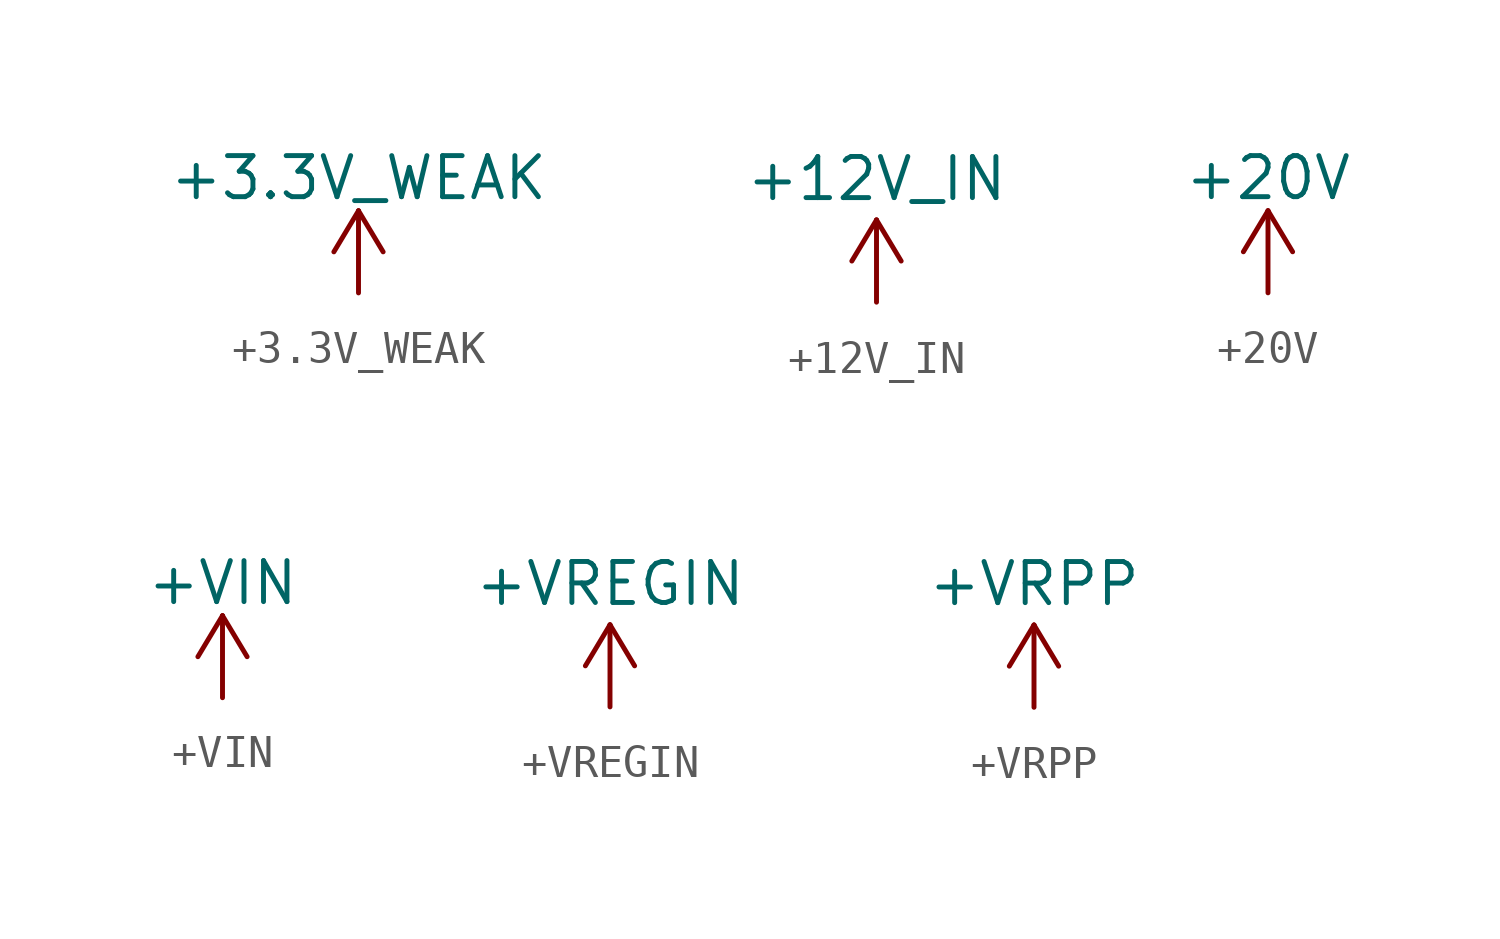
<source format=kicad_sym>
(kicad_symbol_lib
  (version 20211014)
  (generator kicad_symbol_editor)
  (symbol "+3.3V_WEAK"
    (power)
    (pin_names
      (offset 0))
    (property "Reference" "#PWR"
      (at 0 -3.81 0)
      (effects (font (size 1.27 1.27)) hide))
    (property "Value" "+3.3V_WEAK"
      (at 0 3.556 0)
      (effects (font (size 1.27 1.27))))
    (symbol "+3.3V_WEAK_0_1"
      (polyline (pts (xy -0.762 1.27) (xy 0 2.54)) (stroke (width 0) (type default) (color 0 0 0 0)) (fill (type none)))
      (polyline (pts (xy 0 0) (xy 0 2.54)) (stroke (width 0) (type default) (color 0 0 0 0)) (fill (type none)))
      (polyline (pts (xy 0 2.54) (xy 0.762 1.27)) (stroke (width 0) (type default) (color 0 0 0 0)) (fill (type none))))
    (symbol "+3.3V_WEAK_1_1"
      (pin power_in line (at 0 0 90) (length 0) hide (name "+3.3V_WEAK" (effects (font (size 1.27 1.27)))) (number "1" (effects (font (size 1.27 1.27)))))))
  (symbol "+12V_IN"
    (power)
    (pin_names
      (offset 0))
    (property "Reference" "#PWR"
      (at 0 -3.81 0)
      (effects (font (size 1.27 1.27)) hide))
    (property "Value" "+12V_IN"
      (at 0 3.81 0)
      (effects (font (size 1.27 1.27))))
    (symbol "+12V_IN_0_1"
      (polyline (pts (xy -0.762 1.27) (xy 0 2.54)) (stroke (width 0) (type default) (color 0 0 0 0)) (fill (type none)))
      (polyline (pts (xy 0 0) (xy 0 2.54)) (stroke (width 0) (type default) (color 0 0 0 0)) (fill (type none)))
      (polyline (pts (xy 0 2.54) (xy 0.762 1.27)) (stroke (width 0) (type default) (color 0 0 0 0)) (fill (type none))))
    (symbol "+12V_IN_1_1"
      (pin power_out line (at 0 0 90) (length 0) hide (name "+12V_IN" (effects (font (size 1.27 1.27)))) (number "1" (effects (font (size 1.27 1.27)))))))
  (symbol "+20V"
    (power)
    (pin_names
      (offset 0))
    (property "Reference" "#PWR"
      (at 0 -3.81 0)
      (effects (font (size 1.27 1.27)) hide))
    (property "Value" "+20V"
      (at 0 3.556 0)
      (effects (font (size 1.27 1.27))))
    (symbol "+20V_0_1"
      (polyline (pts (xy -0.762 1.27) (xy 0 2.54)) (stroke (width 0) (type default) (color 0 0 0 0)) (fill (type none)))
      (polyline (pts (xy 0 0) (xy 0 2.54)) (stroke (width 0) (type default) (color 0 0 0 0)) (fill (type none)))
      (polyline (pts (xy 0 2.54) (xy 0.762 1.27)) (stroke (width 0) (type default) (color 0 0 0 0)) (fill (type none))))
    (symbol "+20V_1_1"
      (pin power_in line (at 0 0 90) (length 0) hide (name "+20V" (effects (font (size 1.27 1.27)))) (number "1" (effects (font (size 1.27 1.27)))))))
  (symbol "+VIN"
    (power)
    (pin_names
      (offset 0))
    (property "Reference" "#PWR"
      (at 0 -3.81 0)
      (effects (font (size 1.27 1.27)) hide))
    (property "Value" "+VIN"
      (at 0 3.556 0)
      (effects (font (size 1.27 1.27))))
    (symbol "+VIN_0_1"
      (polyline (pts (xy -0.762 1.27) (xy 0 2.54)) (stroke (width 0) (type default) (color 0 0 0 0)) (fill (type none)))
      (polyline (pts (xy 0 0) (xy 0 2.54)) (stroke (width 0) (type default) (color 0 0 0 0)) (fill (type none)))
      (polyline (pts (xy 0 2.54) (xy 0.762 1.27)) (stroke (width 0) (type default) (color 0 0 0 0)) (fill (type none))))
    (symbol "+VIN_1_1"
      (pin power_in line (at 0 0 90) (length 0) hide (name "+VIN" (effects (font (size 1.27 1.27)))) (number "1" (effects (font (size 1.27 1.27)))))))
  (symbol "+VREGIN"
    (power)
    (pin_names
      (offset 0))
    (property "Reference" "#PWR"
      (at 0 -3.81 0)
      (effects (font (size 1.27 1.27)) hide))
    (property "Value" "+VREGIN"
      (at 0 3.81 0)
      (effects (font (size 1.27 1.27))))
    (symbol "+VREGIN_0_1"
      (polyline (pts (xy -0.762 1.27) (xy 0 2.54)) (stroke (width 0) (type default) (color 0 0 0 0)) (fill (type none)))
      (polyline (pts (xy 0 0) (xy 0 2.54)) (stroke (width 0) (type default) (color 0 0 0 0)) (fill (type none)))
      (polyline (pts (xy 0 2.54) (xy 0.762 1.27)) (stroke (width 0) (type default) (color 0 0 0 0)) (fill (type none))))
    (symbol "+VREGIN_1_1"
      (pin power_in line (at 0 0 90) (length 0) hide (name "+VREGIN" (effects (font (size 1.27 1.27)))) (number "1" (effects (font (size 1.27 1.27)))))))
  (symbol "+VRPP"
    (power)
    (pin_names
      (offset 0))
    (property "Reference" "#PWR"
      (at 0 -3.81 0)
      (effects (font (size 1.27 1.27)) hide))
    (property "Value" "+VRPP"
      (at 0 3.81 0)
      (effects (font (size 1.27 1.27))))
    (symbol "+VRPP_0_1"
      (polyline (pts (xy -0.762 1.27) (xy 0 2.54)) (stroke (width 0) (type default) (color 0 0 0 0)) (fill (type none)))
      (polyline (pts (xy 0 0) (xy 0 2.54)) (stroke (width 0) (type default) (color 0 0 0 0)) (fill (type none)))
      (polyline (pts (xy 0 2.54) (xy 0.762 1.27)) (stroke (width 0) (type default) (color 0 0 0 0)) (fill (type none))))
    (symbol "+VRPP_1_1"
      (pin power_in line (at 0 0 90) (length 0) hide (name "+VRPP" (effects (font (size 1.27 1.27)))) (number "1" (effects (font (size 1.27 1.27))))))))
</source>
